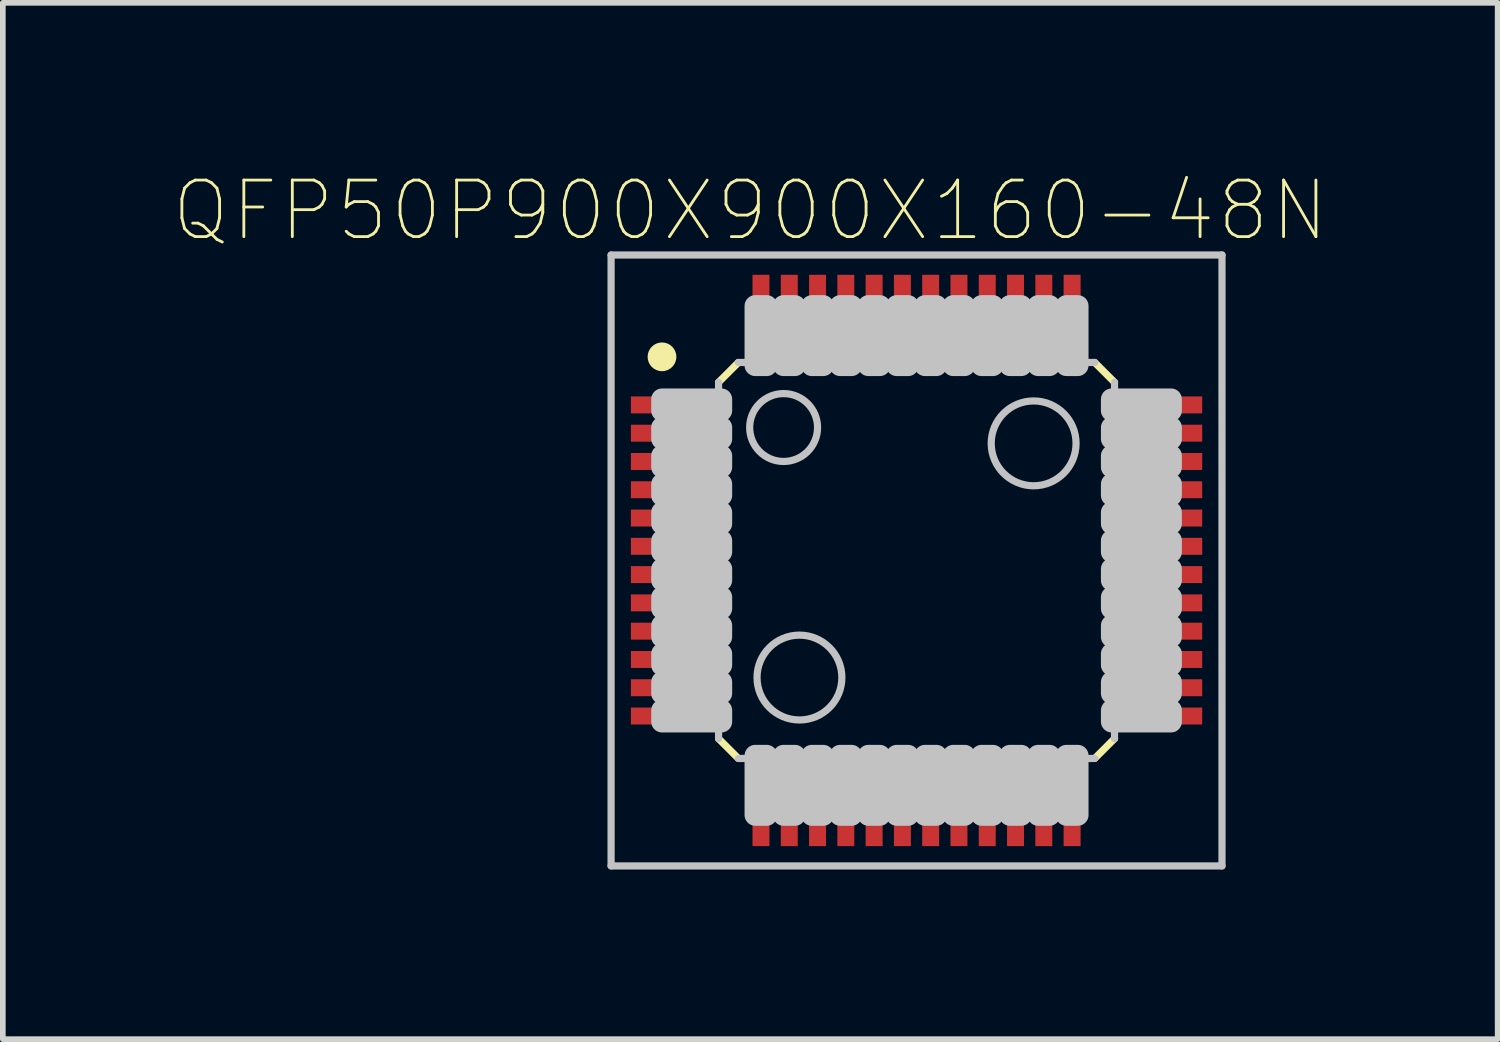
<source format=kicad_pcb>
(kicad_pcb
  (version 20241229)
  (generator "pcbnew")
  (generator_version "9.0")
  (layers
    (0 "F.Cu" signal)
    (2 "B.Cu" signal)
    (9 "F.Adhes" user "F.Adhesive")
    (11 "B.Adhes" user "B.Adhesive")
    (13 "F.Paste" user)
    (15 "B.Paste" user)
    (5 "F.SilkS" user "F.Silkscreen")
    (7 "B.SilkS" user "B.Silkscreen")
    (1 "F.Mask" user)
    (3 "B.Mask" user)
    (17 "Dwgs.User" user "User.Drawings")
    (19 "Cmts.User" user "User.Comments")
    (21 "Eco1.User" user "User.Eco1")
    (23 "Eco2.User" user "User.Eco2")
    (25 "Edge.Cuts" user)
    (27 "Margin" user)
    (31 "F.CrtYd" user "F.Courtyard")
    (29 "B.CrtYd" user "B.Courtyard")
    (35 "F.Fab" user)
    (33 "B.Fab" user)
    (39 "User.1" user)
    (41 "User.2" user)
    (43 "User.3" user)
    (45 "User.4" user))
  (footprint "QFP50P900X900X160-48N"
    (layer "F.Cu")
    (at 13.153 6.858)
    (property "Reference" "QFP50P900X900X160-48N" (at -2.94 -6.185 0) (layer "F.SilkS") (effects (font (size 1 1) (thickness 0.05))))
    (attr smd)
    (fp_poly (pts (xy -5.1 -2.95) (xy -3.4 -2.95) (xy -3.4 -2.55) (xy -5.1 -2.55)) (stroke (width 0.381) (type solid)) (fill yes) (layer "F.Mask"))
    (fp_poly (pts (xy -5.1 -2.45) (xy -3.4 -2.45) (xy -3.4 -2.05) (xy -5.1 -2.05)) (stroke (width 0.381) (type solid)) (fill yes) (layer "F.Mask"))
    (fp_poly (pts (xy -5.1 -1.95) (xy -3.4 -1.95) (xy -3.4 -1.55) (xy -5.1 -1.55)) (stroke (width 0.381) (type solid)) (fill yes) (layer "F.Mask"))
    (fp_poly (pts (xy -5.1 -1.45) (xy -3.4 -1.45) (xy -3.4 -1.05) (xy -5.1 -1.05)) (stroke (width 0.381) (type solid)) (fill yes) (layer "F.Mask"))
    (fp_poly (pts (xy -5.1 -0.95) (xy -3.4 -0.95) (xy -3.4 -0.55) (xy -5.1 -0.55)) (stroke (width 0.381) (type solid)) (fill yes) (layer "F.Mask"))
    (fp_poly (pts (xy -5.1 -0.45) (xy -3.4 -0.45) (xy -3.4 -0.05) (xy -5.1 -0.05)) (stroke (width 0.381) (type solid)) (fill yes) (layer "F.Mask"))
    (fp_poly (pts (xy -5.1 0.05) (xy -3.4 0.05) (xy -3.4 0.45) (xy -5.1 0.45)) (stroke (width 0.381) (type solid)) (fill yes) (layer "F.Mask"))
    (fp_poly (pts (xy -5.1 0.55) (xy -3.4 0.55) (xy -3.4 0.95) (xy -5.1 0.95)) (stroke (width 0.381) (type solid)) (fill yes) (layer "F.Mask"))
    (fp_poly (pts (xy -5.1 1.05) (xy -3.4 1.05) (xy -3.4 1.45) (xy -5.1 1.45)) (stroke (width 0.381) (type solid)) (fill yes) (layer "F.Mask"))
    (fp_poly (pts (xy -5.1 1.55) (xy -3.4 1.55) (xy -3.4 1.95) (xy -5.1 1.95)) (stroke (width 0.381) (type solid)) (fill yes) (layer "F.Mask"))
    (fp_poly (pts (xy -5.1 2.05) (xy -3.4 2.05) (xy -3.4 2.45) (xy -5.1 2.45)) (stroke (width 0.381) (type solid)) (fill yes) (layer "F.Mask"))
    (fp_poly (pts (xy -5.1 2.55) (xy -3.4 2.55) (xy -3.4 2.95) (xy -5.1 2.95)) (stroke (width 0.381) (type solid)) (fill yes) (layer "F.Mask"))
    (fp_poly (pts (xy -2.95 -3.4) (xy -2.95 -5.1) (xy -2.55 -5.1) (xy -2.55 -3.4)) (stroke (width 0.381) (type solid)) (fill yes) (layer "F.Mask"))
    (fp_poly (pts (xy -2.95 5.1) (xy -2.95 3.4) (xy -2.55 3.4) (xy -2.55 5.1)) (stroke (width 0.381) (type solid)) (fill yes) (layer "F.Mask"))
    (fp_poly (pts (xy -2.45 -3.4) (xy -2.45 -5.1) (xy -2.05 -5.1) (xy -2.05 -3.4)) (stroke (width 0.381) (type solid)) (fill yes) (layer "F.Mask"))
    (fp_poly (pts (xy -2.45 5.1) (xy -2.45 3.4) (xy -2.05 3.4) (xy -2.05 5.1)) (stroke (width 0.381) (type solid)) (fill yes) (layer "F.Mask"))
    (fp_poly (pts (xy -1.95 -3.4) (xy -1.95 -5.1) (xy -1.55 -5.1) (xy -1.55 -3.4)) (stroke (width 0.381) (type solid)) (fill yes) (layer "F.Mask"))
    (fp_poly (pts (xy -1.95 5.1) (xy -1.95 3.4) (xy -1.55 3.4) (xy -1.55 5.1)) (stroke (width 0.381) (type solid)) (fill yes) (layer "F.Mask"))
    (fp_poly (pts (xy -1.45 -3.4) (xy -1.45 -5.1) (xy -1.05 -5.1) (xy -1.05 -3.4)) (stroke (width 0.381) (type solid)) (fill yes) (layer "F.Mask"))
    (fp_poly (pts (xy -1.45 5.1) (xy -1.45 3.4) (xy -1.05 3.4) (xy -1.05 5.1)) (stroke (width 0.381) (type solid)) (fill yes) (layer "F.Mask"))
    (fp_poly (pts (xy -0.95 -3.4) (xy -0.95 -5.1) (xy -0.55 -5.1) (xy -0.55 -3.4)) (stroke (width 0.381) (type solid)) (fill yes) (layer "F.Mask"))
    (fp_poly (pts (xy -0.95 5.1) (xy -0.95 3.4) (xy -0.55 3.4) (xy -0.55 5.1)) (stroke (width 0.381) (type solid)) (fill yes) (layer "F.Mask"))
    (fp_poly (pts (xy -0.45 -3.4) (xy -0.45 -5.1) (xy -0.05 -5.1) (xy -0.05 -3.4)) (stroke (width 0.381) (type solid)) (fill yes) (layer "F.Mask"))
    (fp_poly (pts (xy -0.45 5.1) (xy -0.45 3.4) (xy -0.05 3.4) (xy -0.05 5.1)) (stroke (width 0.381) (type solid)) (fill yes) (layer "F.Mask"))
    (fp_poly (pts (xy 0.05 -3.4) (xy 0.05 -5.1) (xy 0.45 -5.1) (xy 0.45 -3.4)) (stroke (width 0.381) (type solid)) (fill yes) (layer "F.Mask"))
    (fp_poly (pts (xy 0.05 5.1) (xy 0.05 3.4) (xy 0.45 3.4) (xy 0.45 5.1)) (stroke (width 0.381) (type solid)) (fill yes) (layer "F.Mask"))
    (fp_poly (pts (xy 0.55 -3.4) (xy 0.55 -5.1) (xy 0.95 -5.1) (xy 0.95 -3.4)) (stroke (width 0.381) (type solid)) (fill yes) (layer "F.Mask"))
    (fp_poly (pts (xy 0.55 5.1) (xy 0.55 3.4) (xy 0.95 3.4) (xy 0.95 5.1)) (stroke (width 0.381) (type solid)) (fill yes) (layer "F.Mask"))
    (fp_poly (pts (xy 1.05 -3.4) (xy 1.05 -5.1) (xy 1.45 -5.1) (xy 1.45 -3.4)) (stroke (width 0.381) (type solid)) (fill yes) (layer "F.Mask"))
    (fp_poly (pts (xy 1.05 5.1) (xy 1.05 3.4) (xy 1.45 3.4) (xy 1.45 5.1)) (stroke (width 0.381) (type solid)) (fill yes) (layer "F.Mask"))
    (fp_poly (pts (xy 1.55 -3.4) (xy 1.55 -5.1) (xy 1.95 -5.1) (xy 1.95 -3.4)) (stroke (width 0.381) (type solid)) (fill yes) (layer "F.Mask"))
    (fp_poly (pts (xy 1.55 5.1) (xy 1.55 3.4) (xy 1.95 3.4) (xy 1.95 5.1)) (stroke (width 0.381) (type solid)) (fill yes) (layer "F.Mask"))
    (fp_poly (pts (xy 2.05 -3.4) (xy 2.05 -5.1) (xy 2.45 -5.1) (xy 2.45 -3.4)) (stroke (width 0.381) (type solid)) (fill yes) (layer "F.Mask"))
    (fp_poly (pts (xy 2.05 5.1) (xy 2.05 3.4) (xy 2.45 3.4) (xy 2.45 5.1)) (stroke (width 0.381) (type solid)) (fill yes) (layer "F.Mask"))
    (fp_poly (pts (xy 2.55 -3.4) (xy 2.55 -5.1) (xy 2.95 -5.1) (xy 2.95 -3.4)) (stroke (width 0.381) (type solid)) (fill yes) (layer "F.Mask"))
    (fp_poly (pts (xy 2.55 5.1) (xy 2.55 3.4) (xy 2.95 3.4) (xy 2.95 5.1)) (stroke (width 0.381) (type solid)) (fill yes) (layer "F.Mask"))
    (fp_poly (pts (xy 3.4 -2.95) (xy 5.1 -2.95) (xy 5.1 -2.55) (xy 3.4 -2.55)) (stroke (width 0.381) (type solid)) (fill yes) (layer "F.Mask"))
    (fp_poly (pts (xy 3.4 -2.45) (xy 5.1 -2.45) (xy 5.1 -2.05) (xy 3.4 -2.05)) (stroke (width 0.381) (type solid)) (fill yes) (layer "F.Mask"))
    (fp_poly (pts (xy 3.4 -1.95) (xy 5.1 -1.95) (xy 5.1 -1.55) (xy 3.4 -1.55)) (stroke (width 0.381) (type solid)) (fill yes) (layer "F.Mask"))
    (fp_poly (pts (xy 3.4 -1.45) (xy 5.1 -1.45) (xy 5.1 -1.05) (xy 3.4 -1.05)) (stroke (width 0.381) (type solid)) (fill yes) (layer "F.Mask"))
    (fp_poly (pts (xy 3.4 -0.95) (xy 5.1 -0.95) (xy 5.1 -0.55) (xy 3.4 -0.55)) (stroke (width 0.381) (type solid)) (fill yes) (layer "F.Mask"))
    (fp_poly (pts (xy 3.4 -0.45) (xy 5.1 -0.45) (xy 5.1 -0.05) (xy 3.4 -0.05)) (stroke (width 0.381) (type solid)) (fill yes) (layer "F.Mask"))
    (fp_poly (pts (xy 3.4 0.05) (xy 5.1 0.05) (xy 5.1 0.45) (xy 3.4 0.45)) (stroke (width 0.381) (type solid)) (fill yes) (layer "F.Mask"))
    (fp_poly (pts (xy 3.4 0.55) (xy 5.1 0.55) (xy 5.1 0.95) (xy 3.4 0.95)) (stroke (width 0.381) (type solid)) (fill yes) (layer "F.Mask"))
    (fp_poly (pts (xy 3.4 1.05) (xy 5.1 1.05) (xy 5.1 1.45) (xy 3.4 1.45)) (stroke (width 0.381) (type solid)) (fill yes) (layer "F.Mask"))
    (fp_poly (pts (xy 3.4 1.55) (xy 5.1 1.55) (xy 5.1 1.95) (xy 3.4 1.95)) (stroke (width 0.381) (type solid)) (fill yes) (layer "F.Mask"))
    (fp_poly (pts (xy 3.4 2.05) (xy 5.1 2.05) (xy 5.1 2.45) (xy 3.4 2.45)) (stroke (width 0.381) (type solid)) (fill yes) (layer "F.Mask"))
    (fp_poly (pts (xy 3.4 2.55) (xy 5.1 2.55) (xy 5.1 2.95) (xy 3.4 2.95)) (stroke (width 0.381) (type solid)) (fill yes) (layer "F.Mask"))
    (fp_line (start -3.5 3.15) (end -3.15 3.5) (stroke (width 0.127) (type solid)) (layer "F.SilkS"))
    (fp_line (start -3.15 -3.5) (end -3.5 -3.15) (stroke (width 0.127) (type solid)) (layer "F.SilkS"))
    (fp_line (start 3.15 -3.5) (end 3.5 -3.15) (stroke (width 0.127) (type solid)) (layer "F.SilkS"))
    (fp_line (start 3.5 3.15) (end 3.15 3.5) (stroke (width 0.127) (type solid)) (layer "F.SilkS"))
    (fp_circle (center -4.5 -3.6) (end -4.246 -3.6) (stroke (width 0) (type solid)) (fill yes) (layer "F.SilkS"))
    (fp_line (start -5.4 -5.4) (end 5.4 -5.4) (stroke (width 0.127) (type solid)) (layer "Dwgs.User"))
    (fp_line (start -5.4 5.4) (end -5.4 -5.4) (stroke (width 0.127) (type solid)) (layer "Dwgs.User"))
    (fp_line (start -3.5 3.15) (end -3.5 -3.15) (stroke (width 0.127) (type solid)) (layer "Dwgs.User"))
    (fp_line (start -3.15 -3.5) (end 3.15 -3.5) (stroke (width 0.127) (type solid)) (layer "Dwgs.User"))
    (fp_line (start 3.15 3.5) (end -3.15 3.5) (stroke (width 0.127) (type solid)) (layer "Dwgs.User"))
    (fp_line (start 3.5 -3.15) (end 3.5 3.15) (stroke (width 0.127) (type solid)) (layer "Dwgs.User"))
    (fp_line (start 5.4 -5.4) (end 5.4 5.4) (stroke (width 0.127) (type solid)) (layer "Dwgs.User"))
    (fp_line (start 5.4 5.4) (end -5.4 5.4) (stroke (width 0.127) (type solid)) (layer "Dwgs.User"))
    (fp_circle (center -2.35 -2.35) (end -1.75 -2.35) (stroke (width 0.127) (type solid)) (fill no) (layer "Dwgs.User"))
    (fp_circle (center -2.07 2.07) (end -1.32 2.07) (stroke (width 0.127) (type solid)) (fill no) (layer "Dwgs.User"))
    (fp_circle (center 2.07 -2.07) (end 2.82 -2.07) (stroke (width 0.127) (type solid)) (fill no) (layer "Dwgs.User"))
    (fp_poly (pts (xy -3.45 -2.85) (xy -3.45 -2.65) (xy -4.5 -2.65) (xy -4.5 -2.85)) (stroke (width 0.381) (type solid)) (fill no) (layer "Dwgs.User"))
    (fp_poly (pts (xy -3.45 -2.35) (xy -3.45 -2.15) (xy -4.5 -2.15) (xy -4.5 -2.35)) (stroke (width 0.381) (type solid)) (fill no) (layer "Dwgs.User"))
    (fp_poly (pts (xy -3.45 -1.85) (xy -3.45 -1.65) (xy -4.5 -1.65) (xy -4.5 -1.85)) (stroke (width 0.381) (type solid)) (fill no) (layer "Dwgs.User"))
    (fp_poly (pts (xy -3.45 -1.35) (xy -3.45 -1.15) (xy -4.5 -1.15) (xy -4.5 -1.35)) (stroke (width 0.381) (type solid)) (fill no) (layer "Dwgs.User"))
    (fp_poly (pts (xy -3.45 -0.85) (xy -3.45 -0.65) (xy -4.5 -0.65) (xy -4.5 -0.85)) (stroke (width 0.381) (type solid)) (fill no) (layer "Dwgs.User"))
    (fp_poly (pts (xy -3.45 -0.35) (xy -3.45 -0.15) (xy -4.5 -0.15) (xy -4.5 -0.35)) (stroke (width 0.381) (type solid)) (fill no) (layer "Dwgs.User"))
    (fp_poly (pts (xy -3.45 0.15) (xy -3.45 0.35) (xy -4.5 0.35) (xy -4.5 0.15)) (stroke (width 0.381) (type solid)) (fill no) (layer "Dwgs.User"))
    (fp_poly (pts (xy -3.45 0.65) (xy -3.45 0.85) (xy -4.5 0.85) (xy -4.5 0.65)) (stroke (width 0.381) (type solid)) (fill no) (layer "Dwgs.User"))
    (fp_poly (pts (xy -3.45 1.15) (xy -3.45 1.35) (xy -4.5 1.35) (xy -4.5 1.15)) (stroke (width 0.381) (type solid)) (fill no) (layer "Dwgs.User"))
    (fp_poly (pts (xy -3.45 1.65) (xy -3.45 1.85) (xy -4.5 1.85) (xy -4.5 1.65)) (stroke (width 0.381) (type solid)) (fill no) (layer "Dwgs.User"))
    (fp_poly (pts (xy -3.45 2.15) (xy -3.45 2.35) (xy -4.5 2.35) (xy -4.5 2.15)) (stroke (width 0.381) (type solid)) (fill no) (layer "Dwgs.User"))
    (fp_poly (pts (xy -3.45 2.65) (xy -3.45 2.85) (xy -4.5 2.85) (xy -4.5 2.65)) (stroke (width 0.381) (type solid)) (fill no) (layer "Dwgs.User"))
    (fp_poly (pts (xy -2.65 -4.5) (xy -2.65 -3.45) (xy -2.85 -3.45) (xy -2.85 -4.5)) (stroke (width 0.381) (type solid)) (fill no) (layer "Dwgs.User"))
    (fp_poly (pts (xy -2.65 3.45) (xy -2.65 4.5) (xy -2.85 4.5) (xy -2.85 3.45)) (stroke (width 0.381) (type solid)) (fill no) (layer "Dwgs.User"))
    (fp_poly (pts (xy -2.15 -4.5) (xy -2.15 -3.45) (xy -2.35 -3.45) (xy -2.35 -4.5)) (stroke (width 0.381) (type solid)) (fill no) (layer "Dwgs.User"))
    (fp_poly (pts (xy -2.15 3.45) (xy -2.15 4.5) (xy -2.35 4.5) (xy -2.35 3.45)) (stroke (width 0.381) (type solid)) (fill no) (layer "Dwgs.User"))
    (fp_poly (pts (xy -1.65 -4.5) (xy -1.65 -3.45) (xy -1.85 -3.45) (xy -1.85 -4.5)) (stroke (width 0.381) (type solid)) (fill no) (layer "Dwgs.User"))
    (fp_poly (pts (xy -1.65 3.45) (xy -1.65 4.5) (xy -1.85 4.5) (xy -1.85 3.45)) (stroke (width 0.381) (type solid)) (fill no) (layer "Dwgs.User"))
    (fp_poly (pts (xy -1.15 -4.5) (xy -1.15 -3.45) (xy -1.35 -3.45) (xy -1.35 -4.5)) (stroke (width 0.381) (type solid)) (fill no) (layer "Dwgs.User"))
    (fp_poly (pts (xy -1.15 3.45) (xy -1.15 4.5) (xy -1.35 4.5) (xy -1.35 3.45)) (stroke (width 0.381) (type solid)) (fill no) (layer "Dwgs.User"))
    (fp_poly (pts (xy -0.65 -4.5) (xy -0.65 -3.45) (xy -0.85 -3.45) (xy -0.85 -4.5)) (stroke (width 0.381) (type solid)) (fill no) (layer "Dwgs.User"))
    (fp_poly (pts (xy -0.65 3.45) (xy -0.65 4.5) (xy -0.85 4.5) (xy -0.85 3.45)) (stroke (width 0.381) (type solid)) (fill no) (layer "Dwgs.User"))
    (fp_poly (pts (xy -0.15 -4.5) (xy -0.15 -3.45) (xy -0.35 -3.45) (xy -0.35 -4.5)) (stroke (width 0.381) (type solid)) (fill no) (layer "Dwgs.User"))
    (fp_poly (pts (xy -0.15 3.45) (xy -0.15 4.5) (xy -0.35 4.5) (xy -0.35 3.45)) (stroke (width 0.381) (type solid)) (fill no) (layer "Dwgs.User"))
    (fp_poly (pts (xy 0.35 -4.5) (xy 0.35 -3.45) (xy 0.15 -3.45) (xy 0.15 -4.5)) (stroke (width 0.381) (type solid)) (fill no) (layer "Dwgs.User"))
    (fp_poly (pts (xy 0.35 3.45) (xy 0.35 4.5) (xy 0.15 4.5) (xy 0.15 3.45)) (stroke (width 0.381) (type solid)) (fill no) (layer "Dwgs.User"))
    (fp_poly (pts (xy 0.85 -4.5) (xy 0.85 -3.45) (xy 0.65 -3.45) (xy 0.65 -4.5)) (stroke (width 0.381) (type solid)) (fill no) (layer "Dwgs.User"))
    (fp_poly (pts (xy 0.85 3.45) (xy 0.85 4.5) (xy 0.65 4.5) (xy 0.65 3.45)) (stroke (width 0.381) (type solid)) (fill no) (layer "Dwgs.User"))
    (fp_poly (pts (xy 1.35 -4.5) (xy 1.35 -3.45) (xy 1.15 -3.45) (xy 1.15 -4.5)) (stroke (width 0.381) (type solid)) (fill no) (layer "Dwgs.User"))
    (fp_poly (pts (xy 1.35 3.45) (xy 1.35 4.5) (xy 1.15 4.5) (xy 1.15 3.45)) (stroke (width 0.381) (type solid)) (fill no) (layer "Dwgs.User"))
    (fp_poly (pts (xy 1.85 -4.5) (xy 1.85 -3.45) (xy 1.65 -3.45) (xy 1.65 -4.5)) (stroke (width 0.381) (type solid)) (fill no) (layer "Dwgs.User"))
    (fp_poly (pts (xy 1.85 3.45) (xy 1.85 4.5) (xy 1.65 4.5) (xy 1.65 3.45)) (stroke (width 0.381) (type solid)) (fill no) (layer "Dwgs.User"))
    (fp_poly (pts (xy 2.35 -4.5) (xy 2.35 -3.45) (xy 2.15 -3.45) (xy 2.15 -4.5)) (stroke (width 0.381) (type solid)) (fill no) (layer "Dwgs.User"))
    (fp_poly (pts (xy 2.35 3.45) (xy 2.35 4.5) (xy 2.15 4.5) (xy 2.15 3.45)) (stroke (width 0.381) (type solid)) (fill no) (layer "Dwgs.User"))
    (fp_poly (pts (xy 2.85 -4.5) (xy 2.85 -3.45) (xy 2.65 -3.45) (xy 2.65 -4.5)) (stroke (width 0.381) (type solid)) (fill no) (layer "Dwgs.User"))
    (fp_poly (pts (xy 2.85 3.45) (xy 2.85 4.5) (xy 2.65 4.5) (xy 2.65 3.45)) (stroke (width 0.381) (type solid)) (fill no) (layer "Dwgs.User"))
    (fp_poly (pts (xy 4.5 -2.85) (xy 4.5 -2.65) (xy 3.45 -2.65) (xy 3.45 -2.85)) (stroke (width 0.381) (type solid)) (fill no) (layer "Dwgs.User"))
    (fp_poly (pts (xy 4.5 -2.35) (xy 4.5 -2.15) (xy 3.45 -2.15) (xy 3.45 -2.35)) (stroke (width 0.381) (type solid)) (fill no) (layer "Dwgs.User"))
    (fp_poly (pts (xy 4.5 -1.85) (xy 4.5 -1.65) (xy 3.45 -1.65) (xy 3.45 -1.85)) (stroke (width 0.381) (type solid)) (fill no) (layer "Dwgs.User"))
    (fp_poly (pts (xy 4.5 -1.35) (xy 4.5 -1.15) (xy 3.45 -1.15) (xy 3.45 -1.35)) (stroke (width 0.381) (type solid)) (fill no) (layer "Dwgs.User"))
    (fp_poly (pts (xy 4.5 -0.85) (xy 4.5 -0.65) (xy 3.45 -0.65) (xy 3.45 -0.85)) (stroke (width 0.381) (type solid)) (fill no) (layer "Dwgs.User"))
    (fp_poly (pts (xy 4.5 -0.35) (xy 4.5 -0.15) (xy 3.45 -0.15) (xy 3.45 -0.35)) (stroke (width 0.381) (type solid)) (fill no) (layer "Dwgs.User"))
    (fp_poly (pts (xy 4.5 0.15) (xy 4.5 0.35) (xy 3.45 0.35) (xy 3.45 0.15)) (stroke (width 0.381) (type solid)) (fill no) (layer "Dwgs.User"))
    (fp_poly (pts (xy 4.5 0.65) (xy 4.5 0.85) (xy 3.45 0.85) (xy 3.45 0.65)) (stroke (width 0.381) (type solid)) (fill no) (layer "Dwgs.User"))
    (fp_poly (pts (xy 4.5 1.15) (xy 4.5 1.35) (xy 3.45 1.35) (xy 3.45 1.15)) (stroke (width 0.381) (type solid)) (fill no) (layer "Dwgs.User"))
    (fp_poly (pts (xy 4.5 1.65) (xy 4.5 1.85) (xy 3.45 1.85) (xy 3.45 1.65)) (stroke (width 0.381) (type solid)) (fill no) (layer "Dwgs.User"))
    (fp_poly (pts (xy 4.5 2.15) (xy 4.5 2.35) (xy 3.45 2.35) (xy 3.45 2.15)) (stroke (width 0.381) (type solid)) (fill no) (layer "Dwgs.User"))
    (fp_poly (pts (xy 4.5 2.65) (xy 4.5 2.85) (xy 3.45 2.85) (xy 3.45 2.65)) (stroke (width 0.381) (type solid)) (fill no) (layer "Dwgs.User"))
    (pad "1" smd rect (at -4.25 -2.75 270) (size 0.3 1.6) (layers "F.Cu" "F.Mask" "F.Paste"))
    (pad "2" smd rect (at -4.25 -2.25 270) (size 0.3 1.6) (layers "F.Cu" "F.Mask" "F.Paste"))
    (pad "3" smd rect (at -4.25 -1.75 270) (size 0.3 1.6) (layers "F.Cu" "F.Mask" "F.Paste"))
    (pad "4" smd rect (at -4.25 -1.25 270) (size 0.3 1.6) (layers "F.Cu" "F.Mask" "F.Paste"))
    (pad "5" smd rect (at -4.25 -0.75 270) (size 0.3 1.6) (layers "F.Cu" "F.Mask" "F.Paste"))
    (pad "6" smd rect (at -4.25 -0.25 270) (size 0.3 1.6) (layers "F.Cu" "F.Mask" "F.Paste"))
    (pad "7" smd rect (at -4.25 0.25 270) (size 0.3 1.6) (layers "F.Cu" "F.Mask" "F.Paste"))
    (pad "8" smd rect (at -4.25 0.75 270) (size 0.3 1.6) (layers "F.Cu" "F.Mask" "F.Paste"))
    (pad "9" smd rect (at -4.25 1.25 270) (size 0.3 1.6) (layers "F.Cu" "F.Mask" "F.Paste"))
    (pad "10" smd rect (at -4.25 1.75 270) (size 0.3 1.6) (layers "F.Cu" "F.Mask" "F.Paste"))
    (pad "11" smd rect (at -4.25 2.25 270) (size 0.3 1.6) (layers "F.Cu" "F.Mask" "F.Paste"))
    (pad "12" smd rect (at -4.25 2.75 270) (size 0.3 1.6) (layers "F.Cu" "F.Mask" "F.Paste"))
    (pad "13" smd rect (at -2.75 4.25 270) (size 1.6 0.3) (layers "F.Cu" "F.Mask" "F.Paste"))
    (pad "14" smd rect (at -2.25 4.25 270) (size 1.6 0.3) (layers "F.Cu" "F.Mask" "F.Paste"))
    (pad "15" smd rect (at -1.75 4.25 270) (size 1.6 0.3) (layers "F.Cu" "F.Mask" "F.Paste"))
    (pad "16" smd rect (at -1.25 4.25 270) (size 1.6 0.3) (layers "F.Cu" "F.Mask" "F.Paste"))
    (pad "17" smd rect (at -0.75 4.25 270) (size 1.6 0.3) (layers "F.Cu" "F.Mask" "F.Paste"))
    (pad "18" smd rect (at -0.25 4.25 270) (size 1.6 0.3) (layers "F.Cu" "F.Mask" "F.Paste"))
    (pad "19" smd rect (at 0.25 4.25 270) (size 1.6 0.3) (layers "F.Cu" "F.Mask" "F.Paste"))
    (pad "20" smd rect (at 0.75 4.25 270) (size 1.6 0.3) (layers "F.Cu" "F.Mask" "F.Paste"))
    (pad "21" smd rect (at 1.25 4.25 270) (size 1.6 0.3) (layers "F.Cu" "F.Mask" "F.Paste"))
    (pad "22" smd rect (at 1.75 4.25 270) (size 1.6 0.3) (layers "F.Cu" "F.Mask" "F.Paste"))
    (pad "23" smd rect (at 2.25 4.25 270) (size 1.6 0.3) (layers "F.Cu" "F.Mask" "F.Paste"))
    (pad "24" smd rect (at 2.75 4.25 270) (size 1.6 0.3) (layers "F.Cu" "F.Mask" "F.Paste"))
    (pad "25" smd rect (at 4.25 2.75 270) (size 0.3 1.6) (layers "F.Cu" "F.Mask" "F.Paste"))
    (pad "26" smd rect (at 4.25 2.25 270) (size 0.3 1.6) (layers "F.Cu" "F.Mask" "F.Paste"))
    (pad "27" smd rect (at 4.25 1.75 270) (size 0.3 1.6) (layers "F.Cu" "F.Mask" "F.Paste"))
    (pad "28" smd rect (at 4.25 1.25 270) (size 0.3 1.6) (layers "F.Cu" "F.Mask" "F.Paste"))
    (pad "29" smd rect (at 4.25 0.75 270) (size 0.3 1.6) (layers "F.Cu" "F.Mask" "F.Paste"))
    (pad "30" smd rect (at 4.25 0.25 270) (size 0.3 1.6) (layers "F.Cu" "F.Mask" "F.Paste"))
    (pad "31" smd rect (at 4.25 -0.25 270) (size 0.3 1.6) (layers "F.Cu" "F.Mask" "F.Paste"))
    (pad "32" smd rect (at 4.25 -0.75 270) (size 0.3 1.6) (layers "F.Cu" "F.Mask" "F.Paste"))
    (pad "33" smd rect (at 4.25 -1.25 270) (size 0.3 1.6) (layers "F.Cu" "F.Mask" "F.Paste"))
    (pad "34" smd rect (at 4.25 -1.75 270) (size 0.3 1.6) (layers "F.Cu" "F.Mask" "F.Paste"))
    (pad "35" smd rect (at 4.25 -2.25 270) (size 0.3 1.6) (layers "F.Cu" "F.Mask" "F.Paste"))
    (pad "36" smd rect (at 4.25 -2.75 270) (size 0.3 1.6) (layers "F.Cu" "F.Mask" "F.Paste"))
    (pad "37" smd rect (at 2.75 -4.25 270) (size 1.6 0.3) (layers "F.Cu" "F.Mask" "F.Paste"))
    (pad "38" smd rect (at 2.25 -4.25 270) (size 1.6 0.3) (layers "F.Cu" "F.Mask" "F.Paste"))
    (pad "39" smd rect (at 1.75 -4.25 270) (size 1.6 0.3) (layers "F.Cu" "F.Mask" "F.Paste"))
    (pad "40" smd rect (at 1.25 -4.25 270) (size 1.6 0.3) (layers "F.Cu" "F.Mask" "F.Paste"))
    (pad "41" smd rect (at 0.75 -4.25 270) (size 1.6 0.3) (layers "F.Cu" "F.Mask" "F.Paste"))
    (pad "42" smd rect (at 0.25 -4.25 270) (size 1.6 0.3) (layers "F.Cu" "F.Mask" "F.Paste"))
    (pad "43" smd rect (at -0.25 -4.25 270) (size 1.6 0.3) (layers "F.Cu" "F.Mask" "F.Paste"))
    (pad "44" smd rect (at -0.75 -4.25 270) (size 1.6 0.3) (layers "F.Cu" "F.Mask" "F.Paste"))
    (pad "45" smd rect (at -1.25 -4.25 270) (size 1.6 0.3) (layers "F.Cu" "F.Mask" "F.Paste"))
    (pad "46" smd rect (at -1.75 -4.25 270) (size 1.6 0.3) (layers "F.Cu" "F.Mask" "F.Paste"))
    (pad "47" smd rect (at -2.25 -4.25 270) (size 1.6 0.3) (layers "F.Cu" "F.Mask" "F.Paste"))
    (pad "48" smd rect (at -2.75 -4.25 270) (size 1.6 0.3) (layers "F.Cu" "F.Mask" "F.Paste")))
  (gr_rect
    (start -3 -3)
    (end 23.426 15.321)
    (stroke (width 0.1) (type default))
    (fill no)
    (layer "Edge.Cuts")))
</source>
